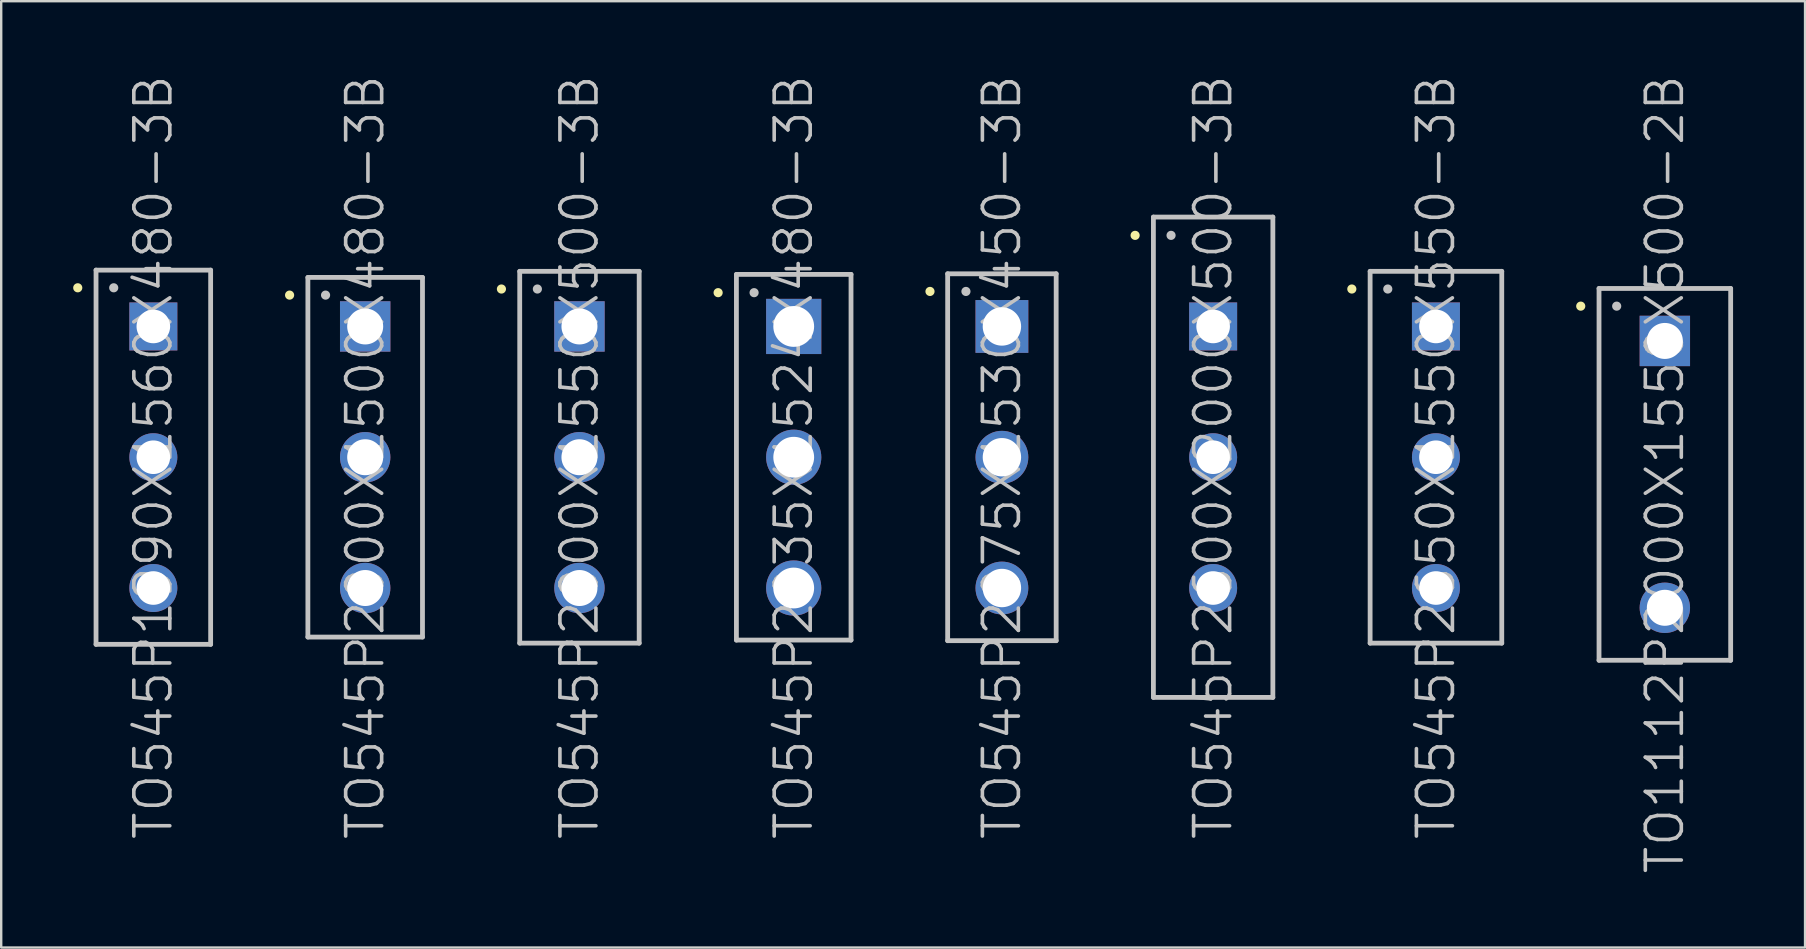
<source format=kicad_pcb>
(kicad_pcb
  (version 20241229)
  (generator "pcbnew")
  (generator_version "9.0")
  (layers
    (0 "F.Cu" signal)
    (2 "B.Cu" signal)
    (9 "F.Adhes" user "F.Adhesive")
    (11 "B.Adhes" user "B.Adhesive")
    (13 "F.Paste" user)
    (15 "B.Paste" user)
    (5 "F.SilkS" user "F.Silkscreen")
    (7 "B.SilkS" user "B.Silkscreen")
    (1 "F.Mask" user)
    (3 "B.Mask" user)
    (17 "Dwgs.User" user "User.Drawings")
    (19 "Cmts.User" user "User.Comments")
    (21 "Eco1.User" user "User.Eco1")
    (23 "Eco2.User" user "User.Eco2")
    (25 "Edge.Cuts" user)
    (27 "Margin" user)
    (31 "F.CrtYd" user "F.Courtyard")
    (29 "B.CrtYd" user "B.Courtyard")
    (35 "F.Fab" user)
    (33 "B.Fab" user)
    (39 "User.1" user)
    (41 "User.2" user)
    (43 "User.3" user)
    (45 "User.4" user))
  (footprint "TO545P2650X1550X550-3B"
    (layer "F.Cu")
    (at 56.789 16.004)
    (property "Reference" "TO545P2650X1550X550-3B" (at 0 0 90) (layer "Dwgs.User") (effects (font (size 1.5 1.5) (thickness 0.15))))
    (attr through_hole)
    (fp_line (start -3.505 -7.01) (end -3.505 -7.01) (stroke (width 0.381) (type solid)) (layer "F.SilkS"))
    (fp_line (start -2.743 -7.747) (end -2.743 7.747) (stroke (width 0.2) (type solid)) (layer "Dwgs.User"))
    (fp_line (start -2.743 -7.747) (end 2.743 -7.747) (stroke (width 0.2) (type solid)) (layer "Dwgs.User"))
    (fp_line (start -2.743 7.747) (end 2.743 7.747) (stroke (width 0.2) (type solid)) (layer "Dwgs.User"))
    (fp_line (start -2.007 -7.01) (end -2.007 -7.01) (stroke (width 0.381) (type solid)) (layer "Dwgs.User"))
    (fp_line (start 2.743 -7.747) (end 2.743 7.747) (stroke (width 0.2) (type solid)) (layer "Dwgs.User"))
    (pad "1" thru_hole rect (at 0 -5.45) (size 2 2) (drill 1.4) (layers "*.Cu" "*.Mask"))
    (pad "2" thru_hole circle (at 0 0) (size 2 2) (drill 1.4) (layers "*.Cu" "*.Mask"))
    (pad "3" thru_hole circle (at 0 5.45) (size 2 2) (drill 1.4) (layers "*.Cu" "*.Mask")))
  (footprint "TO1112P2000X1550X500-2B"
    (layer "F.Cu")
    (at 66.328 16.718)
    (property "Reference" "TO1112P2000X1550X500-2B" (at 0 0 90) (layer "Dwgs.User") (effects (font (size 1.5 1.5) (thickness 0.15))))
    (attr through_hole)
    (fp_line (start -3.505 -7.01) (end -3.505 -7.01) (stroke (width 0.381) (type solid)) (layer "F.SilkS"))
    (fp_line (start -2.743 -7.747) (end -2.743 7.747) (stroke (width 0.2) (type solid)) (layer "Dwgs.User"))
    (fp_line (start -2.743 -7.747) (end 2.743 -7.747) (stroke (width 0.2) (type solid)) (layer "Dwgs.User"))
    (fp_line (start -2.743 7.747) (end 2.743 7.747) (stroke (width 0.2) (type solid)) (layer "Dwgs.User"))
    (fp_line (start -2.007 -7.01) (end -2.007 -7.01) (stroke (width 0.381) (type solid)) (layer "Dwgs.User"))
    (fp_line (start 2.743 -7.747) (end 2.743 7.747) (stroke (width 0.2) (type solid)) (layer "Dwgs.User"))
    (pad "1" thru_hole rect (at 0 -5.56) (size 2.1 2.1) (drill 1.5) (layers "*.Cu" "*.Mask"))
    (pad "2" thru_hole circle (at 0 5.56) (size 2.1 2.1) (drill 1.5) (layers "*.Cu" "*.Mask")))
  (footprint "TO545P2000X1550X500-3B"
    (layer "F.Cu")
    (at 21.097 16.004)
    (property "Reference" "TO545P2000X1550X500-3B" (at 0 0 90) (layer "Dwgs.User") (effects (font (size 1.5 1.5) (thickness 0.15))))
    (attr through_hole)
    (fp_line (start -3.251 -7.01) (end -3.251 -7.01) (stroke (width 0.381) (type solid)) (layer "F.SilkS"))
    (fp_line (start -2.489 -7.747) (end -2.489 7.747) (stroke (width 0.2) (type solid)) (layer "Dwgs.User"))
    (fp_line (start -2.489 -7.747) (end 2.489 -7.747) (stroke (width 0.2) (type solid)) (layer "Dwgs.User"))
    (fp_line (start -2.489 7.747) (end 2.489 7.747) (stroke (width 0.2) (type solid)) (layer "Dwgs.User"))
    (fp_line (start -1.753 -7.01) (end -1.753 -7.01) (stroke (width 0.381) (type solid)) (layer "Dwgs.User"))
    (fp_line (start 2.489 -7.747) (end 2.489 7.747) (stroke (width 0.2) (type solid)) (layer "Dwgs.User"))
    (pad "1" thru_hole rect (at 0 -5.45) (size 2.1 2.1) (drill 1.5) (layers "*.Cu" "*.Mask"))
    (pad "2" thru_hole circle (at 0 0) (size 2.1 2.1) (drill 1.5) (layers "*.Cu" "*.Mask"))
    (pad "3" thru_hole circle (at 0 5.45) (size 2.1 2.1) (drill 1.5) (layers "*.Cu" "*.Mask")))
  (footprint "TO545P2000X1500X480-3B"
    (layer "F.Cu")
    (at 12.168 16.004)
    (property "Reference" "TO545P2000X1500X480-3B" (at 0 0 90) (layer "Dwgs.User") (effects (font (size 1.5 1.5) (thickness 0.15))))
    (attr through_hole)
    (fp_line (start -3.15 -6.756) (end -3.15 -6.756) (stroke (width 0.381) (type solid)) (layer "F.SilkS"))
    (fp_line (start -2.388 -7.493) (end -2.388 7.493) (stroke (width 0.2) (type solid)) (layer "Dwgs.User"))
    (fp_line (start -2.388 -7.493) (end 2.388 -7.493) (stroke (width 0.2) (type solid)) (layer "Dwgs.User"))
    (fp_line (start -2.388 7.493) (end 2.388 7.493) (stroke (width 0.2) (type solid)) (layer "Dwgs.User"))
    (fp_line (start -1.651 -6.756) (end -1.651 -6.756) (stroke (width 0.381) (type solid)) (layer "Dwgs.User"))
    (fp_line (start 2.388 -7.493) (end 2.388 7.493) (stroke (width 0.2) (type solid)) (layer "Dwgs.User"))
    (pad "1" thru_hole rect (at 0 -5.45) (size 2.1 2.1) (drill 1.5) (layers "*.Cu" "*.Mask"))
    (pad "2" thru_hole circle (at 0 0) (size 2.1 2.1) (drill 1.5) (layers "*.Cu" "*.Mask"))
    (pad "3" thru_hole circle (at 0 5.45) (size 2.1 2.1) (drill 1.5) (layers "*.Cu" "*.Mask")))
  (footprint "TO545P1990X1560X480-3B"
    (layer "F.Cu")
    (at 3.34 16.004)
    (property "Reference" "TO545P1990X1560X480-3B" (at 0 0 90) (layer "Dwgs.User") (effects (font (size 1.5 1.5) (thickness 0.15))))
    (attr through_hole)
    (fp_line (start -3.15 -7.061) (end -3.15 -7.061) (stroke (width 0.381) (type solid)) (layer "F.SilkS"))
    (fp_line (start -2.388 -7.798) (end -2.388 7.798) (stroke (width 0.2) (type solid)) (layer "Dwgs.User"))
    (fp_line (start -2.388 -7.798) (end 2.388 -7.798) (stroke (width 0.2) (type solid)) (layer "Dwgs.User"))
    (fp_line (start -2.388 7.798) (end 2.388 7.798) (stroke (width 0.2) (type solid)) (layer "Dwgs.User"))
    (fp_line (start -1.651 -7.061) (end -1.651 -7.061) (stroke (width 0.381) (type solid)) (layer "Dwgs.User"))
    (fp_line (start 2.388 -7.798) (end 2.388 7.798) (stroke (width 0.2) (type solid)) (layer "Dwgs.User"))
    (pad "1" thru_hole rect (at 0 -5.45) (size 2 2) (drill 1.4) (layers "*.Cu" "*.Mask"))
    (pad "2" thru_hole circle (at 0 0) (size 2 2) (drill 1.4) (layers "*.Cu" "*.Mask"))
    (pad "3" thru_hole circle (at 0 5.45) (size 2 2) (drill 1.4) (layers "*.Cu" "*.Mask")))
  (footprint "TO545P2035X1524X480-3B"
    (layer "F.Cu")
    (at 30.026 16.004)
    (property "Reference" "TO545P2035X1524X480-3B" (at 0 0 90) (layer "Dwgs.User") (effects (font (size 1.5 1.5) (thickness 0.15))))
    (attr through_hole)
    (fp_line (start -3.15 -6.858) (end -3.15 -6.858) (stroke (width 0.381) (type solid)) (layer "F.SilkS"))
    (fp_line (start -2.388 -7.62) (end -2.388 7.62) (stroke (width 0.2) (type solid)) (layer "Dwgs.User"))
    (fp_line (start -2.388 -7.62) (end 2.388 -7.62) (stroke (width 0.2) (type solid)) (layer "Dwgs.User"))
    (fp_line (start -2.388 7.62) (end 2.388 7.62) (stroke (width 0.2) (type solid)) (layer "Dwgs.User"))
    (fp_line (start -1.651 -6.858) (end -1.651 -6.858) (stroke (width 0.381) (type solid)) (layer "Dwgs.User"))
    (fp_line (start 2.388 -7.62) (end 2.388 7.62) (stroke (width 0.2) (type solid)) (layer "Dwgs.User"))
    (pad "1" thru_hole rect (at 0 -5.45) (size 2.3 2.3) (drill 1.7) (layers "*.Cu" "*.Mask"))
    (pad "2" thru_hole circle (at 0 0) (size 2.3 2.3) (drill 1.7) (layers "*.Cu" "*.Mask"))
    (pad "3" thru_hole circle (at 0 5.45) (size 2.3 2.3) (drill 1.7) (layers "*.Cu" "*.Mask")))
  (footprint "TO545P2600X2000X500-3B"
    (layer "F.Cu")
    (at 47.504 16.004)
    (property "Reference" "TO545P2600X2000X500-3B" (at 0 0 90) (layer "Dwgs.User") (effects (font (size 1.5 1.5) (thickness 0.15))))
    (attr through_hole)
    (fp_line (start -3.251 -9.246) (end -3.251 -9.246) (stroke (width 0.381) (type solid)) (layer "F.SilkS"))
    (fp_line (start -2.489 -10.008) (end -2.489 10.008) (stroke (width 0.2) (type solid)) (layer "Dwgs.User"))
    (fp_line (start -2.489 -10.008) (end 2.489 -10.008) (stroke (width 0.2) (type solid)) (layer "Dwgs.User"))
    (fp_line (start -2.489 10.008) (end 2.489 10.008) (stroke (width 0.2) (type solid)) (layer "Dwgs.User"))
    (fp_line (start -1.753 -9.246) (end -1.753 -9.246) (stroke (width 0.381) (type solid)) (layer "Dwgs.User"))
    (fp_line (start 2.489 -10.008) (end 2.489 10.008) (stroke (width 0.2) (type solid)) (layer "Dwgs.User"))
    (pad "1" thru_hole rect (at 0 -5.45) (size 2 2) (drill 1.4) (layers "*.Cu" "*.Mask"))
    (pad "2" thru_hole circle (at 0 0) (size 2 2) (drill 1.4) (layers "*.Cu" "*.Mask"))
    (pad "3" thru_hole circle (at 0 5.45) (size 2 2) (drill 1.4) (layers "*.Cu" "*.Mask")))
  (footprint "TO545P2075X1530X450-3B"
    (layer "F.Cu")
    (at 38.702 16.004)
    (property "Reference" "TO545P2075X1530X450-3B" (at 0 0 90) (layer "Dwgs.User") (effects (font (size 1.5 1.5) (thickness 0.15))))
    (attr through_hole)
    (fp_line (start -2.997 -6.909) (end -2.997 -6.909) (stroke (width 0.381) (type solid)) (layer "F.SilkS"))
    (fp_line (start -2.261 -7.645) (end -2.261 7.645) (stroke (width 0.2) (type solid)) (layer "Dwgs.User"))
    (fp_line (start -2.261 -7.645) (end 2.261 -7.645) (stroke (width 0.2) (type solid)) (layer "Dwgs.User"))
    (fp_line (start -2.261 7.645) (end 2.261 7.645) (stroke (width 0.2) (type solid)) (layer "Dwgs.User"))
    (fp_line (start -1.499 -6.909) (end -1.499 -6.909) (stroke (width 0.381) (type solid)) (layer "Dwgs.User"))
    (fp_line (start 2.261 -7.645) (end 2.261 7.645) (stroke (width 0.2) (type solid)) (layer "Dwgs.User"))
    (pad "1" thru_hole rect (at 0 -5.45) (size 2.2 2.2) (drill 1.6) (layers "*.Cu" "*.Mask"))
    (pad "2" thru_hole circle (at 0 0) (size 2.2 2.2) (drill 1.6) (layers "*.Cu" "*.Mask"))
    (pad "3" thru_hole circle (at 0 5.45) (size 2.2 2.2) (drill 1.6) (layers "*.Cu" "*.Mask")))
  (gr_rect
    (start -3 -3)
    (end 72.171 36.436)
    (stroke (width 0.1) (type default))
    (fill no)
    (layer "Edge.Cuts")))
</source>
